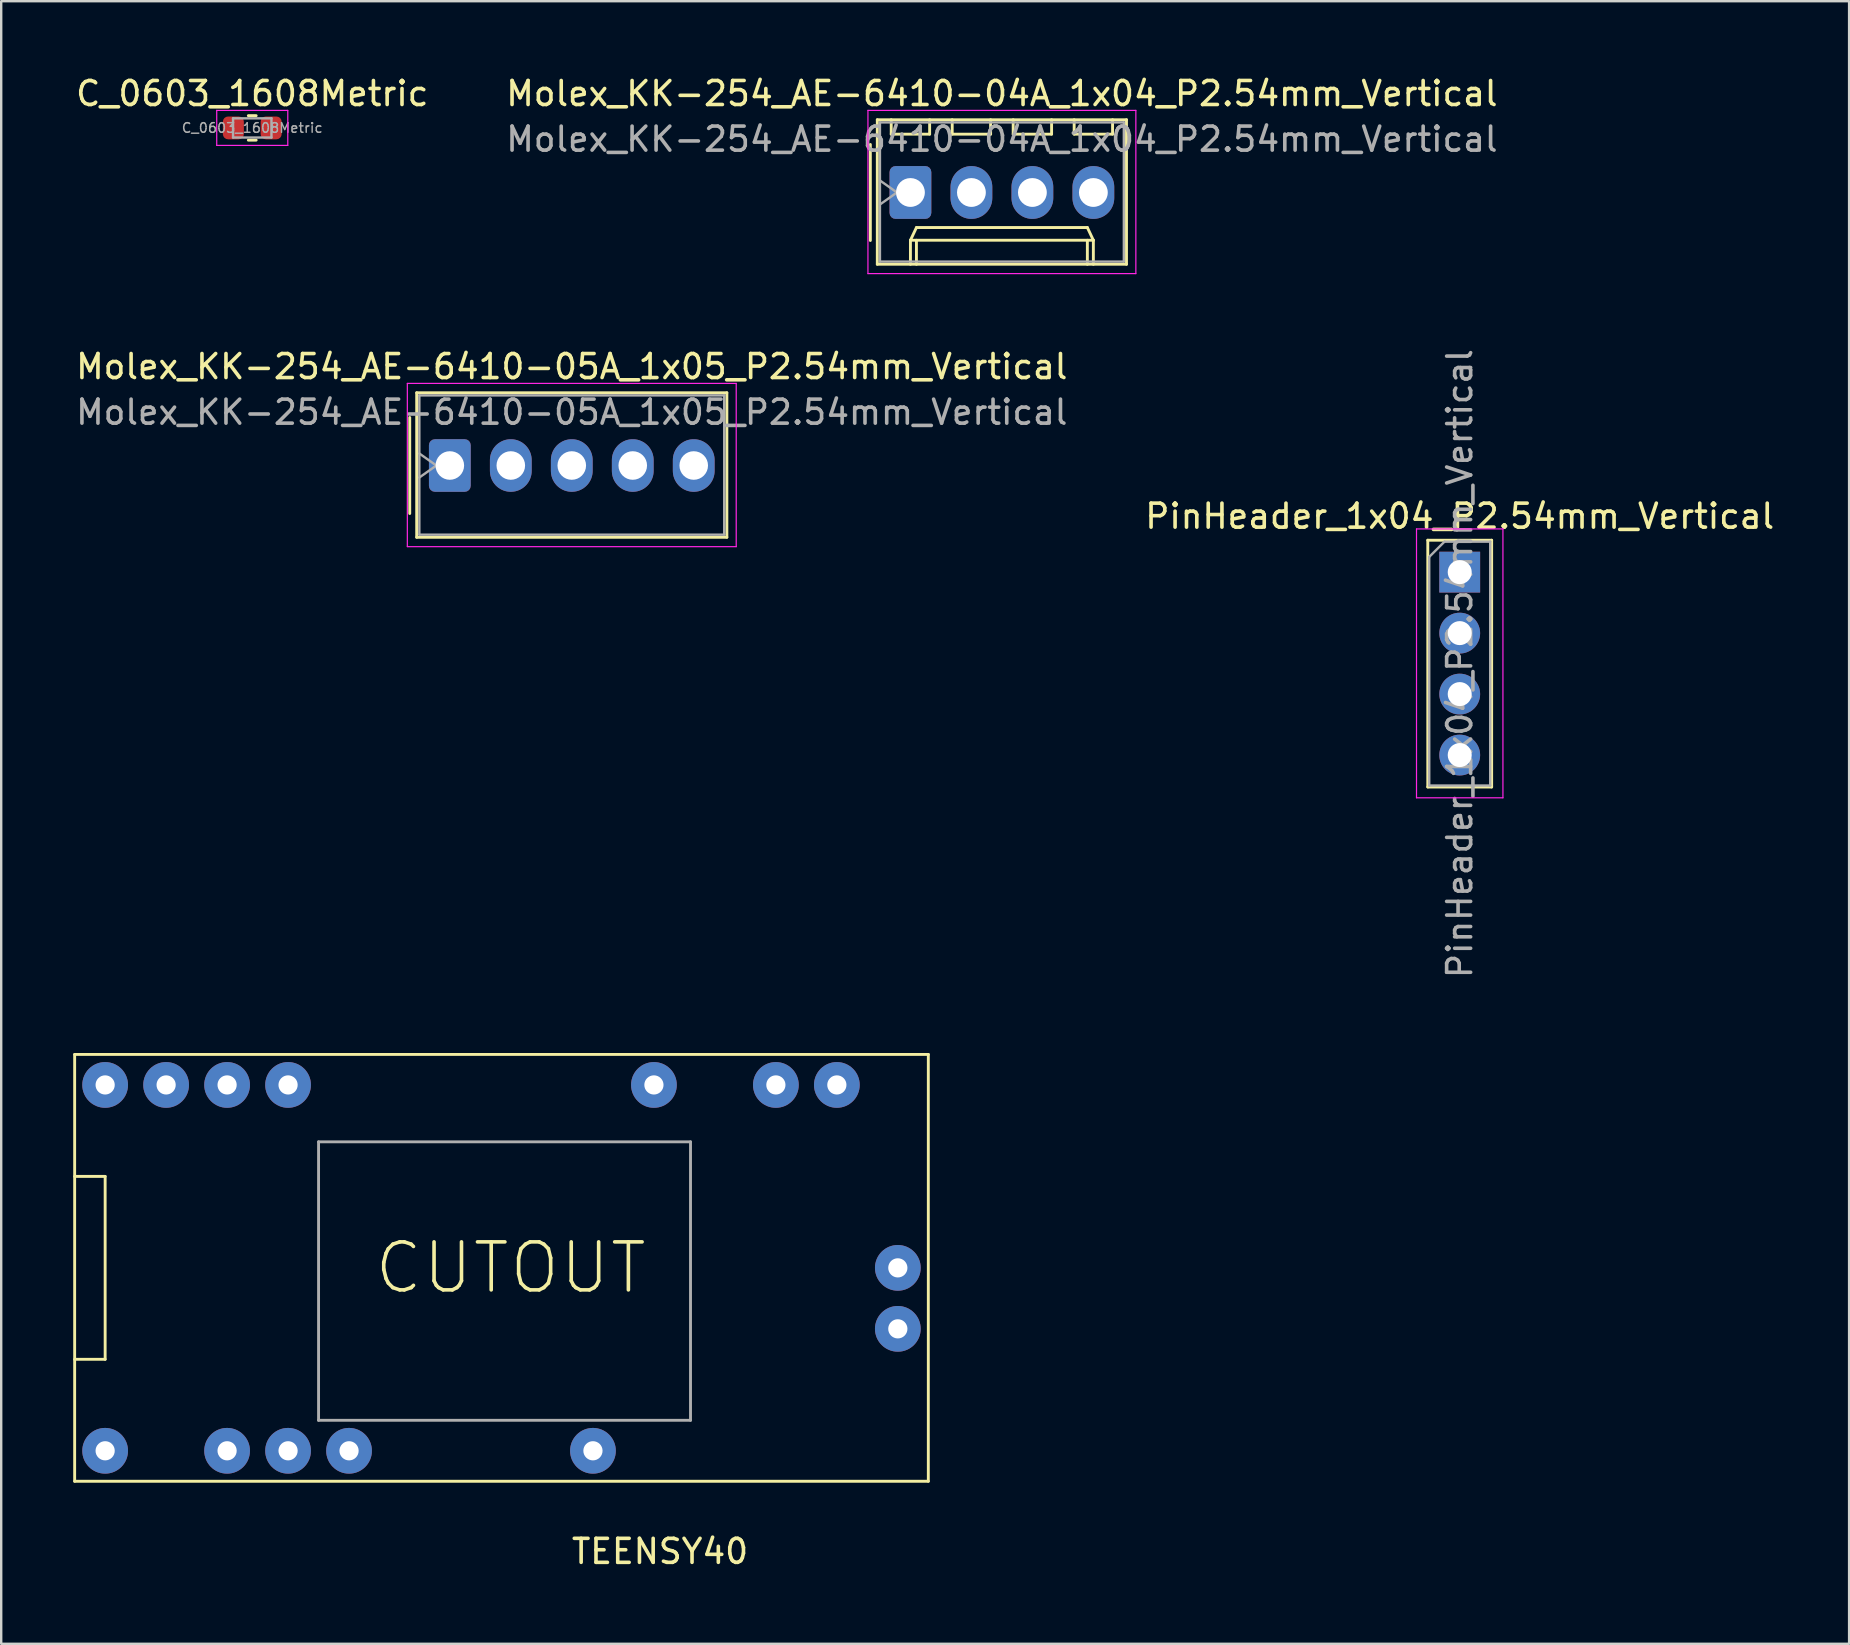
<source format=kicad_pcb>
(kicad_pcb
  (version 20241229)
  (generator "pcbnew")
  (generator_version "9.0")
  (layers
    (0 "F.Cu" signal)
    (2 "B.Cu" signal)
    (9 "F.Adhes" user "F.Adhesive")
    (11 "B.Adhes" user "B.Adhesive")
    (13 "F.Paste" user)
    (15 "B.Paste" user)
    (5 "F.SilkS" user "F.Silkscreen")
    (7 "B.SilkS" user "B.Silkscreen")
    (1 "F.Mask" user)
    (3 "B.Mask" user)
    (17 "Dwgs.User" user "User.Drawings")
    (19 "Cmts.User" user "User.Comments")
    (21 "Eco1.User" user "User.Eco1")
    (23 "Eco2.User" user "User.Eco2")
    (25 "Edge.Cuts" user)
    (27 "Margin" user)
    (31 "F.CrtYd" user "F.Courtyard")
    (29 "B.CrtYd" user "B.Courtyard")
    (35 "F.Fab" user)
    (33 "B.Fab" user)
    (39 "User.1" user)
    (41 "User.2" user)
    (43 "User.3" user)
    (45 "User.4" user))
  (footprint "Molex_KK-254_AE-6410-05A_1x05_P2.54mm_Vertical"
    (layer "F.Cu")
    (at 15.688 16.341)
    (property "Reference" "Molex_KK-254_AE-6410-05A_1x05_P2.54mm_Vertical" (at 5.08 -4.12 0) (layer "F.SilkS") (effects (font (size 1 1) (thickness 0.15))))
    (attr through_hole)
    (fp_line (start -1.67 -2) (end -1.67 2) (stroke (width 0.12) (type solid)) (layer "F.SilkS"))
    (fp_line (start -1.38 -3.03) (end -1.38 2.99) (stroke (width 0.12) (type solid)) (layer "F.SilkS"))
    (fp_line (start -1.38 2.99) (end 11.54 2.99) (stroke (width 0.12) (type solid)) (layer "F.SilkS"))
    (fp_line (start 11.54 -3.03) (end -1.38 -3.03) (stroke (width 0.12) (type solid)) (layer "F.SilkS"))
    (fp_line (start 11.54 2.99) (end 11.54 -3.03) (stroke (width 0.12) (type solid)) (layer "F.SilkS"))
    (fp_line (start -1.77 -3.42) (end -1.77 3.38) (stroke (width 0.05) (type solid)) (layer "F.CrtYd"))
    (fp_line (start -1.77 3.38) (end 11.93 3.38) (stroke (width 0.05) (type solid)) (layer "F.CrtYd"))
    (fp_line (start 11.93 -3.42) (end -1.77 -3.42) (stroke (width 0.05) (type solid)) (layer "F.CrtYd"))
    (fp_line (start 11.93 3.38) (end 11.93 -3.42) (stroke (width 0.05) (type solid)) (layer "F.CrtYd"))
    (fp_line (start -1.27 -2.92) (end -1.27 2.88) (stroke (width 0.1) (type solid)) (layer "F.Fab"))
    (fp_line (start -1.27 -0.5) (end -0.563 0) (stroke (width 0.1) (type solid)) (layer "F.Fab"))
    (fp_line (start -1.27 2.88) (end 11.43 2.88) (stroke (width 0.1) (type solid)) (layer "F.Fab"))
    (fp_line (start -0.563 0) (end -1.27 0.5) (stroke (width 0.1) (type solid)) (layer "F.Fab"))
    (fp_line (start 11.43 -2.92) (end -1.27 -2.92) (stroke (width 0.1) (type solid)) (layer "F.Fab"))
    (fp_line (start 11.43 2.88) (end 11.43 -2.92) (stroke (width 0.1) (type solid)) (layer "F.Fab"))
    (fp_text user "${REFERENCE}" (at 5.08 -2.22 0) (layer "F.Fab") (effects (font (size 1 1) (thickness 0.15))))
    (pad "1" thru_hole roundrect (at 0 0) (size 1.74 2.19) (drill 1.19) (layers "*.Cu" "*.Mask") (roundrect_rratio 0.144))
    (pad "2" thru_hole oval (at 2.54 0) (size 1.74 2.19) (drill 1.19) (layers "*.Cu" "*.Mask"))
    (pad "3" thru_hole oval (at 5.08 0) (size 1.74 2.19) (drill 1.19) (layers "*.Cu" "*.Mask"))
    (pad "4" thru_hole oval (at 7.62 0) (size 1.74 2.19) (drill 1.19) (layers "*.Cu" "*.Mask"))
    (pad "5" thru_hole oval (at 10.16 0) (size 1.74 2.19) (drill 1.19) (layers "*.Cu" "*.Mask")))
  (footprint "PinHeader_1x04_P2.54mm_Vertical"
    (layer "F.Cu")
    (at 57.756 20.783)
    (property "Reference" "PinHeader_1x04_P2.54mm_Vertical" (at 0 -2.33 0) (layer "F.SilkS") (effects (font (size 1 1) (thickness 0.15))))
    (attr through_hole)
    (fp_line (start -1.33 -1.33) (end -1.33 8.95) (stroke (width 0.12) (type solid)) (layer "F.SilkS"))
    (fp_line (start -1.33 -1.33) (end 1.33 -1.33) (stroke (width 0.12) (type solid)) (layer "F.SilkS"))
    (fp_line (start -1.33 8.95) (end 1.33 8.95) (stroke (width 0.12) (type solid)) (layer "F.SilkS"))
    (fp_line (start 1.33 -1.33) (end 1.33 8.95) (stroke (width 0.12) (type solid)) (layer "F.SilkS"))
    (fp_line (start -1.8 -1.8) (end -1.8 9.4) (stroke (width 0.05) (type solid)) (layer "F.CrtYd"))
    (fp_line (start -1.8 9.4) (end 1.8 9.4) (stroke (width 0.05) (type solid)) (layer "F.CrtYd"))
    (fp_line (start 1.8 -1.8) (end -1.8 -1.8) (stroke (width 0.05) (type solid)) (layer "F.CrtYd"))
    (fp_line (start 1.8 9.4) (end 1.8 -1.8) (stroke (width 0.05) (type solid)) (layer "F.CrtYd"))
    (fp_line (start -1.27 -0.635) (end -0.635 -1.27) (stroke (width 0.1) (type solid)) (layer "F.Fab"))
    (fp_line (start -1.27 8.89) (end -1.27 -0.635) (stroke (width 0.1) (type solid)) (layer "F.Fab"))
    (fp_line (start -0.635 -1.27) (end 1.27 -1.27) (stroke (width 0.1) (type solid)) (layer "F.Fab"))
    (fp_line (start 1.27 -1.27) (end 1.27 8.89) (stroke (width 0.1) (type solid)) (layer "F.Fab"))
    (fp_line (start 1.27 8.89) (end -1.27 8.89) (stroke (width 0.1) (type solid)) (layer "F.Fab"))
    (fp_text user "${REFERENCE}" (at 0 3.81 90) (layer "F.Fab") (effects (font (size 1 1) (thickness 0.15))))
    (pad "1" thru_hole rect (at 0 0) (size 1.7 1.7) (drill 1) (layers "*.Cu" "*.Mask"))
    (pad "2" thru_hole oval (at 0 2.54) (size 1.7 1.7) (drill 1) (layers "*.Cu" "*.Mask"))
    (pad "3" thru_hole oval (at 0 5.08) (size 1.7 1.7) (drill 1) (layers "*.Cu" "*.Mask"))
    (pad "4" thru_hole oval (at 0 7.62) (size 1.7 1.7) (drill 1) (layers "*.Cu" "*.Mask")))
  (footprint "C_0603_1608Metric"
    (layer "F.Cu")
    (at 7.458 2.278)
    (property "Reference" "C_0603_1608Metric" (at 0 -1.43 0) (layer "F.SilkS") (effects (font (size 1 1) (thickness 0.15))))
    (attr smd)
    (fp_line (start -0.163 -0.51) (end 0.163 -0.51) (stroke (width 0.12) (type solid)) (layer "F.SilkS"))
    (fp_line (start -0.163 0.51) (end 0.163 0.51) (stroke (width 0.12) (type solid)) (layer "F.SilkS"))
    (fp_line (start -1.48 -0.73) (end 1.48 -0.73) (stroke (width 0.05) (type solid)) (layer "F.CrtYd"))
    (fp_line (start -1.48 0.73) (end -1.48 -0.73) (stroke (width 0.05) (type solid)) (layer "F.CrtYd"))
    (fp_line (start 1.48 -0.73) (end 1.48 0.73) (stroke (width 0.05) (type solid)) (layer "F.CrtYd"))
    (fp_line (start 1.48 0.73) (end -1.48 0.73) (stroke (width 0.05) (type solid)) (layer "F.CrtYd"))
    (fp_line (start -0.8 -0.4) (end 0.8 -0.4) (stroke (width 0.1) (type solid)) (layer "F.Fab"))
    (fp_line (start -0.8 0.4) (end -0.8 -0.4) (stroke (width 0.1) (type solid)) (layer "F.Fab"))
    (fp_line (start 0.8 -0.4) (end 0.8 0.4) (stroke (width 0.1) (type solid)) (layer "F.Fab"))
    (fp_line (start 0.8 0.4) (end -0.8 0.4) (stroke (width 0.1) (type solid)) (layer "F.Fab"))
    (fp_text user "${REFERENCE}" (at 0 0 0) (layer "F.Fab") (effects (font (size 0.4 0.4) (thickness 0.06))))
    (pad "1" smd roundrect (at -0.787 0) (size 0.875 0.95) (layers "F.Cu" "F.Mask" "F.Paste") (roundrect_rratio 0.25))
    (pad "2" smd roundrect (at 0.787 0) (size 0.875 0.95) (layers "F.Cu" "F.Mask" "F.Paste") (roundrect_rratio 0.25)))
  (footprint "Molex_KK-254_AE-6410-04A_1x04_P2.54mm_Vertical"
    (layer "F.Cu")
    (at 34.875 4.968)
    (property "Reference" "Molex_KK-254_AE-6410-04A_1x04_P2.54mm_Vertical" (at 3.81 -4.12 0) (layer "F.SilkS") (effects (font (size 1 1) (thickness 0.15))))
    (attr through_hole)
    (fp_line (start -1.67 -2) (end -1.67 2) (stroke (width 0.12) (type solid)) (layer "F.SilkS"))
    (fp_line (start -1.38 -3.03) (end -1.38 2.99) (stroke (width 0.12) (type solid)) (layer "F.SilkS"))
    (fp_line (start -1.38 2.99) (end 9 2.99) (stroke (width 0.12) (type solid)) (layer "F.SilkS"))
    (fp_line (start -0.8 -3.03) (end -0.8 -2.43) (stroke (width 0.12) (type solid)) (layer "F.SilkS"))
    (fp_line (start -0.8 -2.43) (end 0.8 -2.43) (stroke (width 0.12) (type solid)) (layer "F.SilkS"))
    (fp_line (start 0 1.99) (end 0.25 1.46) (stroke (width 0.12) (type solid)) (layer "F.SilkS"))
    (fp_line (start 0 1.99) (end 7.62 1.99) (stroke (width 0.12) (type solid)) (layer "F.SilkS"))
    (fp_line (start 0 2.99) (end 0 1.99) (stroke (width 0.12) (type solid)) (layer "F.SilkS"))
    (fp_line (start 0.25 1.46) (end 7.37 1.46) (stroke (width 0.12) (type solid)) (layer "F.SilkS"))
    (fp_line (start 0.25 2.99) (end 0.25 1.99) (stroke (width 0.12) (type solid)) (layer "F.SilkS"))
    (fp_line (start 0.8 -2.43) (end 0.8 -3.03) (stroke (width 0.12) (type solid)) (layer "F.SilkS"))
    (fp_line (start 1.74 -3.03) (end 1.74 -2.43) (stroke (width 0.12) (type solid)) (layer "F.SilkS"))
    (fp_line (start 1.74 -2.43) (end 3.34 -2.43) (stroke (width 0.12) (type solid)) (layer "F.SilkS"))
    (fp_line (start 3.34 -2.43) (end 3.34 -3.03) (stroke (width 0.12) (type solid)) (layer "F.SilkS"))
    (fp_line (start 4.28 -3.03) (end 4.28 -2.43) (stroke (width 0.12) (type solid)) (layer "F.SilkS"))
    (fp_line (start 4.28 -2.43) (end 5.88 -2.43) (stroke (width 0.12) (type solid)) (layer "F.SilkS"))
    (fp_line (start 5.88 -2.43) (end 5.88 -3.03) (stroke (width 0.12) (type solid)) (layer "F.SilkS"))
    (fp_line (start 6.82 -3.03) (end 6.82 -2.43) (stroke (width 0.12) (type solid)) (layer "F.SilkS"))
    (fp_line (start 6.82 -2.43) (end 8.42 -2.43) (stroke (width 0.12) (type solid)) (layer "F.SilkS"))
    (fp_line (start 7.37 1.46) (end 7.62 1.99) (stroke (width 0.12) (type solid)) (layer "F.SilkS"))
    (fp_line (start 7.37 2.99) (end 7.37 1.99) (stroke (width 0.12) (type solid)) (layer "F.SilkS"))
    (fp_line (start 7.62 1.99) (end 7.62 2.99) (stroke (width 0.12) (type solid)) (layer "F.SilkS"))
    (fp_line (start 8.42 -2.43) (end 8.42 -3.03) (stroke (width 0.12) (type solid)) (layer "F.SilkS"))
    (fp_line (start 9 -3.03) (end -1.38 -3.03) (stroke (width 0.12) (type solid)) (layer "F.SilkS"))
    (fp_line (start 9 2.99) (end 9 -3.03) (stroke (width 0.12) (type solid)) (layer "F.SilkS"))
    (fp_line (start -1.77 -3.42) (end -1.77 3.38) (stroke (width 0.05) (type solid)) (layer "F.CrtYd"))
    (fp_line (start -1.77 3.38) (end 9.39 3.38) (stroke (width 0.05) (type solid)) (layer "F.CrtYd"))
    (fp_line (start 9.39 -3.42) (end -1.77 -3.42) (stroke (width 0.05) (type solid)) (layer "F.CrtYd"))
    (fp_line (start 9.39 3.38) (end 9.39 -3.42) (stroke (width 0.05) (type solid)) (layer "F.CrtYd"))
    (fp_line (start -1.27 -2.92) (end -1.27 2.88) (stroke (width 0.1) (type solid)) (layer "F.Fab"))
    (fp_line (start -1.27 -0.5) (end -0.563 0) (stroke (width 0.1) (type solid)) (layer "F.Fab"))
    (fp_line (start -1.27 2.88) (end 8.89 2.88) (stroke (width 0.1) (type solid)) (layer "F.Fab"))
    (fp_line (start -0.563 0) (end -1.27 0.5) (stroke (width 0.1) (type solid)) (layer "F.Fab"))
    (fp_line (start 8.89 -2.92) (end -1.27 -2.92) (stroke (width 0.1) (type solid)) (layer "F.Fab"))
    (fp_line (start 8.89 2.88) (end 8.89 -2.92) (stroke (width 0.1) (type solid)) (layer "F.Fab"))
    (fp_text user "${REFERENCE}" (at 3.81 -2.22 0) (layer "F.Fab") (effects (font (size 1 1) (thickness 0.15))))
    (pad "1" thru_hole roundrect (at 0 0) (size 1.74 2.2) (drill 1.2) (layers "*.Cu" "*.Mask") (roundrect_rratio 0.144))
    (pad "2" thru_hole oval (at 2.54 0) (size 1.74 2.2) (drill 1.2) (layers "*.Cu" "*.Mask"))
    (pad "3" thru_hole oval (at 5.08 0) (size 1.74 2.2) (drill 1.2) (layers "*.Cu" "*.Mask"))
    (pad "4" thru_hole oval (at 7.62 0) (size 1.74 2.2) (drill 1.2) (layers "*.Cu" "*.Mask")))
  (footprint "TEENSY40"
    (layer "F.Cu")
    (at 34.35 49.764)
    (property "Reference" "TEENSY40" (at -9.906 11.811 0) (layer "F.SilkS") (effects (font (size 1 1) (thickness 0.15))))
    (attr through_hole)
    (fp_line (start -34.29 -8.89) (end 1.27 -8.89) (stroke (width 0.12) (type solid)) (layer "F.SilkS"))
    (fp_line (start -34.29 -3.81) (end -33.02 -3.81) (stroke (width 0.12) (type solid)) (layer "F.SilkS"))
    (fp_line (start -34.29 8.89) (end -34.29 -8.89) (stroke (width 0.12) (type solid)) (layer "F.SilkS"))
    (fp_line (start -33.02 -3.81) (end -33.02 3.81) (stroke (width 0.12) (type solid)) (layer "F.SilkS"))
    (fp_line (start -33.02 3.81) (end -34.29 3.81) (stroke (width 0.12) (type solid)) (layer "F.SilkS"))
    (fp_line (start 1.27 -8.89) (end 1.27 8.89) (stroke (width 0.12) (type solid)) (layer "F.SilkS"))
    (fp_line (start 1.27 8.89) (end -34.29 8.89) (stroke (width 0.12) (type solid)) (layer "F.SilkS"))
    (fp_line (start -24.13 -5.25) (end -8.636 -5.25) (stroke (width 0.12) (type solid)) (layer "F.Fab"))
    (fp_line (start -24.13 6.35) (end -24.13 -5.25) (stroke (width 0.12) (type solid)) (layer "F.Fab"))
    (fp_line (start -8.636 -5.25) (end -8.636 6.35) (stroke (width 0.12) (type solid)) (layer "F.Fab"))
    (fp_line (start -8.636 6.35) (end -24.13 6.35) (stroke (width 0.12) (type solid)) (layer "F.Fab"))
    (fp_text user "CUTOUT" (at -16.129 0 0) (layer "F.SilkS") (effects (font (size 2 2) (thickness 0.15))))
    (pad "1" thru_hole circle (at -33.02 7.62 180) (size 1.905 1.905) (drill 0.8) (layers "*.Cu" "*.Mask"))
    (pad "3" thru_hole circle (at -27.94 7.62 180) (size 1.905 1.905) (drill 0.8) (layers "*.Cu" "*.Mask"))
    (pad "4" thru_hole circle (at -25.4 7.62 180) (size 1.905 1.905) (drill 0.8) (layers "*.Cu" "*.Mask"))
    (pad "5" thru_hole circle (at -22.86 7.62 180) (size 1.905 1.905) (drill 0.8) (layers "*.Cu" "*.Mask"))
    (pad "9" thru_hole circle (at -12.7 7.62 180) (size 1.905 1.905) (drill 0.8) (layers "*.Cu" "*.Mask"))
    (pad "16" thru_hole circle (at 0 2.54 90) (size 1.905 1.905) (drill 0.8) (layers "*.Cu" "*.Mask"))
    (pad "17" thru_hole circle (at 0 0 90) (size 1.905 1.905) (drill 0.8) (layers "*.Cu" "*.Mask"))
    (pad "21" thru_hole circle (at -2.54 -7.62 180) (size 1.905 1.905) (drill 0.8) (layers "*.Cu" "*.Mask"))
    (pad "22" thru_hole circle (at -5.08 -7.62 180) (size 1.905 1.905) (drill 0.8) (layers "*.Cu" "*.Mask"))
    (pad "24" thru_hole circle (at -10.16 -7.62 180) (size 1.905 1.905) (drill 0.8) (layers "*.Cu" "*.Mask"))
    (pad "30" thru_hole circle (at -25.4 -7.62 180) (size 1.905 1.905) (drill 0.8) (layers "*.Cu" "*.Mask"))
    (pad "31" thru_hole circle (at -27.94 -7.62 180) (size 1.905 1.905) (drill 0.8) (layers "*.Cu" "*.Mask"))
    (pad "32" thru_hole circle (at -30.48 -7.62 180) (size 1.905 1.905) (drill 0.8) (layers "*.Cu" "*.Mask"))
    (pad "33" thru_hole circle (at -33.02 -7.62 180) (size 1.905 1.905) (drill 0.8) (layers "*.Cu" "*.Mask")))
  (gr_rect
    (start -3 -3)
    (end 73.976 65.423)
    (stroke (width 0.1) (type default))
    (fill no)
    (layer "Edge.Cuts")))
</source>
